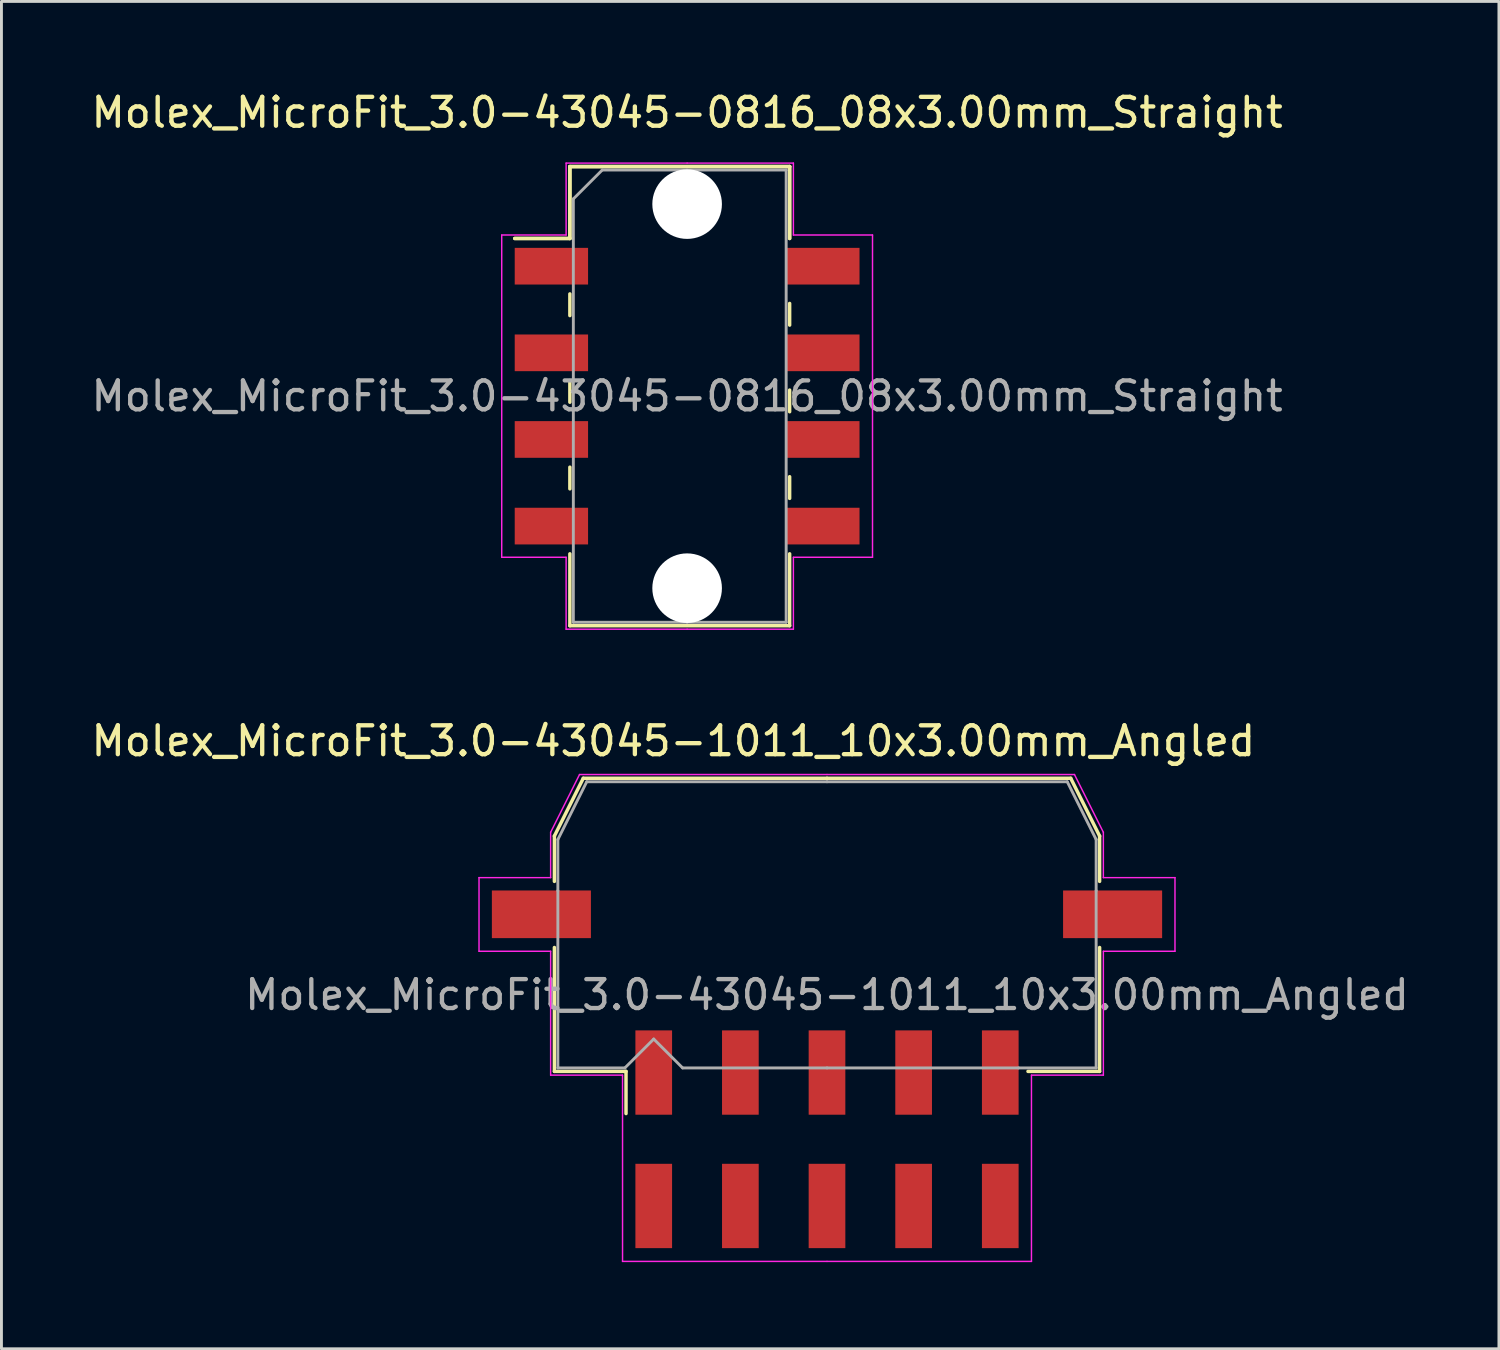
<source format=kicad_pcb>
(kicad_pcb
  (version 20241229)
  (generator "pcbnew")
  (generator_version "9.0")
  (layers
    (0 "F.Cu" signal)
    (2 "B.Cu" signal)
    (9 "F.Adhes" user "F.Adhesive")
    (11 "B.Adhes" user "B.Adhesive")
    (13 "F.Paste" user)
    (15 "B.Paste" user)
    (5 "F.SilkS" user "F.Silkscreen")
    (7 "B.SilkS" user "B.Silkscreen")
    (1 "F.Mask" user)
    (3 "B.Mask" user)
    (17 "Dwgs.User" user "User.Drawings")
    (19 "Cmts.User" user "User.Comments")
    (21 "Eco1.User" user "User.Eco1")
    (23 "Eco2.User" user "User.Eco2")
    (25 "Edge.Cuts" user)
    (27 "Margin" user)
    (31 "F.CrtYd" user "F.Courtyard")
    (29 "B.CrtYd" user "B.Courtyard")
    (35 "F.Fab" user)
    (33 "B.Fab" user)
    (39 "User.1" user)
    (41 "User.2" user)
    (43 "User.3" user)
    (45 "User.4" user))
  (footprint "Molex_MicroFit_3.0-43045-0816_08x3.00mm_Straight"
    (layer "F.Cu")
    (at 20.744 10.668)
    (property "Reference" "Molex_MicroFit_3.0-43045-0816_08x3.00mm_Straight" (at 0 -9.82 0) (layer "F.SilkS") (effects (font (size 1 1) (thickness 0.15))))
    (attr smd)
    (fp_line (start -5.97 -5.46) (end -4.06 -5.46) (stroke (width 0.12) (type solid)) (layer "F.SilkS"))
    (fp_line (start -5.97 -5.46) (end -4.06 -5.46) (stroke (width 0.12) (type solid)) (layer "F.SilkS"))
    (fp_line (start -4.06 -7.95) (end 3.55 -7.95) (stroke (width 0.12) (type solid)) (layer "F.SilkS"))
    (fp_line (start -4.06 -7.95) (end 3.55 -7.95) (stroke (width 0.12) (type solid)) (layer "F.SilkS"))
    (fp_line (start -4.06 -5.46) (end -4.06 -7.95) (stroke (width 0.12) (type solid)) (layer "F.SilkS"))
    (fp_line (start -4.06 -5.46) (end -4.06 -7.95) (stroke (width 0.12) (type solid)) (layer "F.SilkS"))
    (fp_line (start -4.06 -3.54) (end -4.06 -2.79) (stroke (width 0.12) (type solid)) (layer "F.SilkS"))
    (fp_line (start -4.06 -0.54) (end -4.06 0.21) (stroke (width 0.12) (type solid)) (layer "F.SilkS"))
    (fp_line (start -4.06 2.46) (end -4.06 3.21) (stroke (width 0.12) (type solid)) (layer "F.SilkS"))
    (fp_line (start -4.06 7.95) (end -4.06 5.46) (stroke (width 0.12) (type solid)) (layer "F.SilkS"))
    (fp_line (start 3.55 -7.95) (end 3.55 -5.46) (stroke (width 0.12) (type solid)) (layer "F.SilkS"))
    (fp_line (start 3.55 -7.95) (end 3.55 -5.46) (stroke (width 0.12) (type solid)) (layer "F.SilkS"))
    (fp_line (start 3.55 -2.46) (end 3.55 -3.21) (stroke (width 0.12) (type solid)) (layer "F.SilkS"))
    (fp_line (start 3.55 0.54) (end 3.55 -0.21) (stroke (width 0.12) (type solid)) (layer "F.SilkS"))
    (fp_line (start 3.55 3.54) (end 3.55 2.79) (stroke (width 0.12) (type solid)) (layer "F.SilkS"))
    (fp_line (start 3.55 5.46) (end 3.55 7.95) (stroke (width 0.12) (type solid)) (layer "F.SilkS"))
    (fp_line (start 3.55 7.95) (end -4.06 7.95) (stroke (width 0.12) (type solid)) (layer "F.SilkS"))
    (fp_line (start -6.42 -5.58) (end -4.19 -5.58) (stroke (width 0.05) (type solid)) (layer "F.CrtYd"))
    (fp_line (start -6.42 5.58) (end -6.42 -5.58) (stroke (width 0.05) (type solid)) (layer "F.CrtYd"))
    (fp_line (start -4.19 -8.07) (end 0 -8.07) (stroke (width 0.05) (type solid)) (layer "F.CrtYd"))
    (fp_line (start -4.19 -5.58) (end -4.19 -8.07) (stroke (width 0.05) (type solid)) (layer "F.CrtYd"))
    (fp_line (start -4.19 5.58) (end -6.42 5.58) (stroke (width 0.05) (type solid)) (layer "F.CrtYd"))
    (fp_line (start -4.19 8.07) (end -4.19 5.58) (stroke (width 0.05) (type solid)) (layer "F.CrtYd"))
    (fp_line (start 0 -8.07) (end 3.68 -8.07) (stroke (width 0.05) (type solid)) (layer "F.CrtYd"))
    (fp_line (start 0 8.07) (end -4.19 8.07) (stroke (width 0.05) (type solid)) (layer "F.CrtYd"))
    (fp_line (start 3.68 -8.07) (end 3.68 -5.58) (stroke (width 0.05) (type solid)) (layer "F.CrtYd"))
    (fp_line (start 3.68 -5.58) (end 6.42 -5.58) (stroke (width 0.05) (type solid)) (layer "F.CrtYd"))
    (fp_line (start 3.68 5.58) (end 3.68 8.07) (stroke (width 0.05) (type solid)) (layer "F.CrtYd"))
    (fp_line (start 3.68 8.07) (end 0 8.07) (stroke (width 0.05) (type solid)) (layer "F.CrtYd"))
    (fp_line (start 6.42 -5.58) (end 6.42 5.58) (stroke (width 0.05) (type solid)) (layer "F.CrtYd"))
    (fp_line (start 6.42 5.58) (end 3.68 5.58) (stroke (width 0.05) (type solid)) (layer "F.CrtYd"))
    (fp_line (start -3.94 -6.83) (end -2.94 -7.83) (stroke (width 0.1) (type solid)) (layer "F.Fab"))
    (fp_line (start -3.94 7.83) (end -3.94 -6.83) (stroke (width 0.1) (type solid)) (layer "F.Fab"))
    (fp_line (start -2.94 -7.83) (end 0 -7.83) (stroke (width 0.1) (type solid)) (layer "F.Fab"))
    (fp_line (start 0 -7.83) (end 3.43 -7.83) (stroke (width 0.1) (type solid)) (layer "F.Fab"))
    (fp_line (start 0 7.83) (end -3.94 7.83) (stroke (width 0.1) (type solid)) (layer "F.Fab"))
    (fp_line (start 3.43 -7.83) (end 3.43 7.83) (stroke (width 0.1) (type solid)) (layer "F.Fab"))
    (fp_line (start 3.43 7.83) (end 0 7.83) (stroke (width 0.1) (type solid)) (layer "F.Fab"))
    (fp_text user "${REFERENCE}" (at 0 0 0) (layer "F.Fab") (effects (font (size 1 1) (thickness 0.15))))
    (pad "" np_thru_hole circle (at 0 -6.65) (size 2.41 2.41) (drill 2.41) (layers "*.Cu"))
    (pad "" np_thru_hole circle (at 0 6.65) (size 2.41 2.41) (drill 2.41) (layers "*.Cu"))
    (pad "1" smd rect (at -4.7 -4.5) (size 2.54 1.27) (layers "F.Cu" "F.Mask" "F.Paste"))
    (pad "2" smd rect (at -4.7 -1.5) (size 2.54 1.27) (layers "F.Cu" "F.Mask" "F.Paste"))
    (pad "3" smd rect (at -4.7 1.5) (size 2.54 1.27) (layers "F.Cu" "F.Mask" "F.Paste"))
    (pad "4" smd rect (at -4.7 4.5) (size 2.54 1.27) (layers "F.Cu" "F.Mask" "F.Paste"))
    (pad "5" smd rect (at 4.7 4.5) (size 2.54 1.27) (layers "F.Cu" "F.Mask" "F.Paste"))
    (pad "6" smd rect (at 4.7 1.5) (size 2.54 1.27) (layers "F.Cu" "F.Mask" "F.Paste"))
    (pad "7" smd rect (at 4.7 -1.5) (size 2.54 1.27) (layers "F.Cu" "F.Mask" "F.Paste"))
    (pad "8" smd rect (at 4.7 -4.5) (size 2.54 1.27) (layers "F.Cu" "F.Mask" "F.Paste")))
  (footprint "Molex_MicroFit_3.0-43045-1011_10x3.00mm_Angled"
    (layer "F.Cu")
    (at 25.588 36.401)
    (property "Reference" "Molex_MicroFit_3.0-43045-1011_10x3.00mm_Angled" (at -5.32 -13.79 0) (layer "F.SilkS") (effects (font (size 1 1) (thickness 0.15))))
    (attr smd)
    (fp_line (start -9.44 -10.5) (end -9.44 -8.93) (stroke (width 0.12) (type solid)) (layer "F.SilkS"))
    (fp_line (start -9.44 -6.64) (end -9.44 -2.35) (stroke (width 0.12) (type solid)) (layer "F.SilkS"))
    (fp_line (start -9.44 -2.35) (end -6.96 -2.35) (stroke (width 0.12) (type solid)) (layer "F.SilkS"))
    (fp_line (start -8.44 -12.5) (end -9.44 -10.5) (stroke (width 0.12) (type solid)) (layer "F.SilkS"))
    (fp_line (start -6.96 -2.35) (end -6.96 -0.89) (stroke (width 0.12) (type solid)) (layer "F.SilkS"))
    (fp_line (start 0 -12.5) (end -8.44 -12.5) (stroke (width 0.12) (type solid)) (layer "F.SilkS"))
    (fp_line (start 0 -12.5) (end 8.44 -12.5) (stroke (width 0.12) (type solid)) (layer "F.SilkS"))
    (fp_line (start 8.44 -12.5) (end 9.44 -10.5) (stroke (width 0.12) (type solid)) (layer "F.SilkS"))
    (fp_line (start 9.44 -10.5) (end 9.44 -8.93) (stroke (width 0.12) (type solid)) (layer "F.SilkS"))
    (fp_line (start 9.44 -6.64) (end 9.44 -2.35) (stroke (width 0.12) (type solid)) (layer "F.SilkS"))
    (fp_line (start 9.44 -2.35) (end 6.96 -2.35) (stroke (width 0.12) (type solid)) (layer "F.SilkS"))
    (fp_line (start -12.05 -9.06) (end -12.05 -6.51) (stroke (width 0.05) (type solid)) (layer "F.CrtYd"))
    (fp_line (start -12.05 -6.51) (end -9.57 -6.51) (stroke (width 0.05) (type solid)) (layer "F.CrtYd"))
    (fp_line (start -9.57 -10.63) (end -9.57 -9.06) (stroke (width 0.05) (type solid)) (layer "F.CrtYd"))
    (fp_line (start -9.57 -9.06) (end -12.05 -9.06) (stroke (width 0.05) (type solid)) (layer "F.CrtYd"))
    (fp_line (start -9.57 -6.51) (end -9.57 -2.22) (stroke (width 0.05) (type solid)) (layer "F.CrtYd"))
    (fp_line (start -9.57 -2.22) (end -7.08 -2.22) (stroke (width 0.05) (type solid)) (layer "F.CrtYd"))
    (fp_line (start -8.57 -12.63) (end -9.57 -10.63) (stroke (width 0.05) (type solid)) (layer "F.CrtYd"))
    (fp_line (start -7.08 -2.22) (end -7.08 4.23) (stroke (width 0.05) (type solid)) (layer "F.CrtYd"))
    (fp_line (start -7.08 4.23) (end 0 4.23) (stroke (width 0.05) (type solid)) (layer "F.CrtYd"))
    (fp_line (start 0 -12.63) (end -8.57 -12.63) (stroke (width 0.05) (type solid)) (layer "F.CrtYd"))
    (fp_line (start 0 -12.63) (end 8.57 -12.63) (stroke (width 0.05) (type solid)) (layer "F.CrtYd"))
    (fp_line (start 7.08 -2.22) (end 7.08 4.23) (stroke (width 0.05) (type solid)) (layer "F.CrtYd"))
    (fp_line (start 7.08 4.23) (end 0 4.23) (stroke (width 0.05) (type solid)) (layer "F.CrtYd"))
    (fp_line (start 8.57 -12.63) (end 9.57 -10.63) (stroke (width 0.05) (type solid)) (layer "F.CrtYd"))
    (fp_line (start 9.57 -10.63) (end 9.57 -9.06) (stroke (width 0.05) (type solid)) (layer "F.CrtYd"))
    (fp_line (start 9.57 -9.06) (end 12.05 -9.06) (stroke (width 0.05) (type solid)) (layer "F.CrtYd"))
    (fp_line (start 9.57 -6.51) (end 9.57 -2.22) (stroke (width 0.05) (type solid)) (layer "F.CrtYd"))
    (fp_line (start 9.57 -2.22) (end 7.08 -2.22) (stroke (width 0.05) (type solid)) (layer "F.CrtYd"))
    (fp_line (start 12.05 -9.06) (end 12.05 -6.51) (stroke (width 0.05) (type solid)) (layer "F.CrtYd"))
    (fp_line (start 12.05 -6.51) (end 9.57 -6.51) (stroke (width 0.05) (type solid)) (layer "F.CrtYd"))
    (fp_line (start -9.32 -10.38) (end -9.32 -8.61) (stroke (width 0.1) (type solid)) (layer "F.Fab"))
    (fp_line (start -9.32 -8.61) (end -9.32 -2.47) (stroke (width 0.1) (type solid)) (layer "F.Fab"))
    (fp_line (start -9.32 -2.47) (end -7 -2.47) (stroke (width 0.1) (type solid)) (layer "F.Fab"))
    (fp_line (start -8.32 -12.38) (end -9.32 -10.38) (stroke (width 0.1) (type solid)) (layer "F.Fab"))
    (fp_line (start -7 -2.47) (end -6 -3.47) (stroke (width 0.1) (type solid)) (layer "F.Fab"))
    (fp_line (start -6 -3.47) (end -5 -2.47) (stroke (width 0.1) (type solid)) (layer "F.Fab"))
    (fp_line (start -5 -2.47) (end 0 -2.47) (stroke (width 0.1) (type solid)) (layer "F.Fab"))
    (fp_line (start 0 -12.38) (end -8.32 -12.38) (stroke (width 0.1) (type solid)) (layer "F.Fab"))
    (fp_line (start 0 -12.38) (end 8.32 -12.38) (stroke (width 0.1) (type solid)) (layer "F.Fab"))
    (fp_line (start 6.63 -2.47) (end 0 -2.47) (stroke (width 0.1) (type solid)) (layer "F.Fab"))
    (fp_line (start 8.32 -12.38) (end 9.32 -10.38) (stroke (width 0.1) (type solid)) (layer "F.Fab"))
    (fp_line (start 9.32 -10.38) (end 9.32 -8.61) (stroke (width 0.1) (type solid)) (layer "F.Fab"))
    (fp_line (start 9.32 -8.61) (end 9.32 -2.47) (stroke (width 0.1) (type solid)) (layer "F.Fab"))
    (fp_line (start 9.32 -2.47) (end 6.63 -2.47) (stroke (width 0.1) (type solid)) (layer "F.Fab"))
    (fp_text user "${REFERENCE}" (at 0 -5 0) (layer "F.Fab") (effects (font (size 1 1) (thickness 0.15))))
    (pad "" smd rect (at -9.89 -7.79) (size 3.43 1.65) (layers "F.Cu" "F.Mask" "F.Paste"))
    (pad "" smd rect (at 9.89 -7.79) (size 3.43 1.65) (layers "F.Cu" "F.Mask" "F.Paste"))
    (pad "1" smd rect (at -6 -2.31) (size 1.27 2.92) (layers "F.Cu" "F.Mask" "F.Paste"))
    (pad "2" smd rect (at -3 -2.31) (size 1.27 2.92) (layers "F.Cu" "F.Mask" "F.Paste"))
    (pad "3" smd rect (at 0 -2.31) (size 1.27 2.92) (layers "F.Cu" "F.Mask" "F.Paste"))
    (pad "4" smd rect (at 3 -2.31) (size 1.27 2.92) (layers "F.Cu" "F.Mask" "F.Paste"))
    (pad "5" smd rect (at 6 -2.31) (size 1.27 2.92) (layers "F.Cu" "F.Mask" "F.Paste"))
    (pad "6" smd rect (at 6 2.31) (size 1.27 2.92) (layers "F.Cu" "F.Mask" "F.Paste"))
    (pad "7" smd rect (at 3 2.31) (size 1.27 2.92) (layers "F.Cu" "F.Mask" "F.Paste"))
    (pad "8" smd rect (at 0 2.31) (size 1.27 2.92) (layers "F.Cu" "F.Mask" "F.Paste"))
    (pad "9" smd rect (at -3 2.31) (size 1.27 2.92) (layers "F.Cu" "F.Mask" "F.Paste"))
    (pad "10" smd rect (at -6 2.31) (size 1.27 2.92) (layers "F.Cu" "F.Mask" "F.Paste")))
  (gr_rect
    (start -3 -3)
    (end 48.856 43.657)
    (stroke (width 0.1) (type default))
    (fill no)
    (layer "Edge.Cuts")))
</source>
